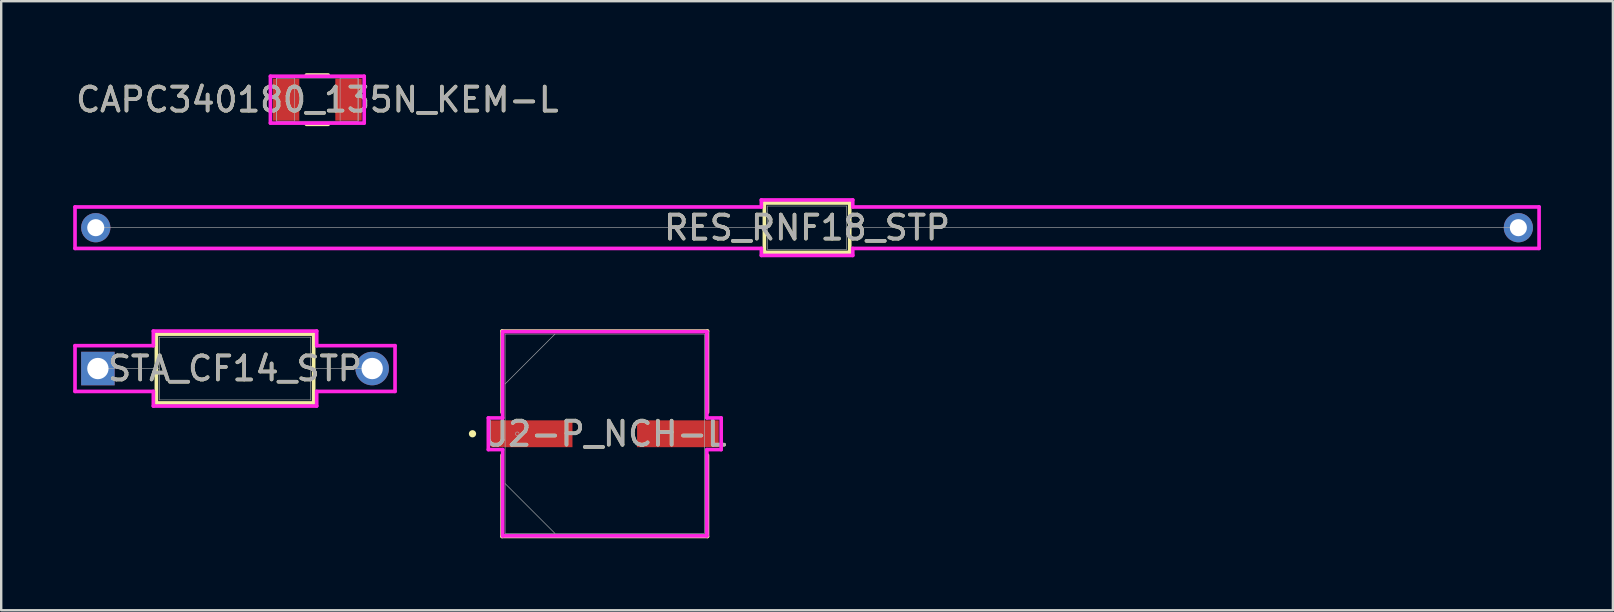
<source format=kicad_pcb>
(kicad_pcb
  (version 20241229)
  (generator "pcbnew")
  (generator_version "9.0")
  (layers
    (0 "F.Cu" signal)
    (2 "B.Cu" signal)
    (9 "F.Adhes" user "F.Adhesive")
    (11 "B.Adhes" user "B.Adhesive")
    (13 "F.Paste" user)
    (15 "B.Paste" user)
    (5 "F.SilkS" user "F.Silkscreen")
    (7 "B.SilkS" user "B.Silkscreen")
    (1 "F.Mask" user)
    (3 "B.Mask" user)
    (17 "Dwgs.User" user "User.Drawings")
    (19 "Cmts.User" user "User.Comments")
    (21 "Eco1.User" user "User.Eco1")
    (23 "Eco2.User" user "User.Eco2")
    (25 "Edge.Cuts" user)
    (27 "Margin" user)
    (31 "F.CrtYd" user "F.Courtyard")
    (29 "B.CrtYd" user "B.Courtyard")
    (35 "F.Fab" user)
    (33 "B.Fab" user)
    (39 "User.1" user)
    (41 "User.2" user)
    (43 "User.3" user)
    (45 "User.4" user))
  (footprint "U2-P_NCH-L"
    (layer "F.Cu")
    (at 22.152 15.026)
    (property "Reference" "U2-P_NCH-L" (at 0 0 0) (unlocked yes) (layer "F.SilkS") (effects (font (size 1 1) (thickness 0.15))))
    (attr smd)
    (fp_line (start -4.28 -4.28) (end -4.28 -0.892) (stroke (width 0.152) (type solid)) (layer "F.SilkS"))
    (fp_line (start -4.28 0.892) (end -4.28 4.28) (stroke (width 0.152) (type solid)) (layer "F.SilkS"))
    (fp_line (start -4.28 4.28) (end 4.28 4.28) (stroke (width 0.152) (type solid)) (layer "F.SilkS"))
    (fp_line (start 4.28 -4.28) (end -4.28 -4.28) (stroke (width 0.152) (type solid)) (layer "F.SilkS"))
    (fp_line (start 4.28 -0.892) (end 4.28 -4.28) (stroke (width 0.152) (type solid)) (layer "F.SilkS"))
    (fp_line (start 4.28 4.28) (end 4.28 0.892) (stroke (width 0.152) (type solid)) (layer "F.SilkS"))
    (fp_circle (center -5.512 0) (end -5.436 0) (stroke (width 0.152) (type solid)) (fill no) (layer "F.SilkS"))
    (fp_line (start -4.851 -0.66) (end -4.255 -0.66) (stroke (width 0.152) (type solid)) (layer "F.CrtYd"))
    (fp_line (start -4.851 0.66) (end -4.851 -0.66) (stroke (width 0.152) (type solid)) (layer "F.CrtYd"))
    (fp_line (start -4.255 -4.255) (end 4.255 -4.255) (stroke (width 0.152) (type solid)) (layer "F.CrtYd"))
    (fp_line (start -4.255 -0.66) (end -4.255 -4.255) (stroke (width 0.152) (type solid)) (layer "F.CrtYd"))
    (fp_line (start -4.255 0.66) (end -4.851 0.66) (stroke (width 0.152) (type solid)) (layer "F.CrtYd"))
    (fp_line (start -4.255 4.255) (end -4.255 0.66) (stroke (width 0.152) (type solid)) (layer "F.CrtYd"))
    (fp_line (start 4.255 -4.255) (end 4.255 -0.66) (stroke (width 0.152) (type solid)) (layer "F.CrtYd"))
    (fp_line (start 4.255 -0.66) (end 4.851 -0.66) (stroke (width 0.152) (type solid)) (layer "F.CrtYd"))
    (fp_line (start 4.255 0.66) (end 4.255 4.255) (stroke (width 0.152) (type solid)) (layer "F.CrtYd"))
    (fp_line (start 4.255 4.255) (end -4.255 4.255) (stroke (width 0.152) (type solid)) (layer "F.CrtYd"))
    (fp_line (start 4.851 -0.66) (end 4.851 0.66) (stroke (width 0.152) (type solid)) (layer "F.CrtYd"))
    (fp_line (start 4.851 0.66) (end 4.255 0.66) (stroke (width 0.152) (type solid)) (layer "F.CrtYd"))
    (fp_line (start -4.153 -4.153) (end -4.153 4.153) (stroke (width 0.025) (type solid)) (layer "F.Fab"))
    (fp_line (start -4.153 -2.076) (end -2.076 -4.153) (stroke (width 0.025) (type solid)) (layer "F.Fab"))
    (fp_line (start -4.153 2.076) (end -2.076 4.153) (stroke (width 0.025) (type solid)) (layer "F.Fab"))
    (fp_line (start -4.153 4.153) (end 4.153 4.153) (stroke (width 0.025) (type solid)) (layer "F.Fab"))
    (fp_line (start 4.153 -4.153) (end -4.153 -4.153) (stroke (width 0.025) (type solid)) (layer "F.Fab"))
    (fp_line (start 4.153 4.153) (end 4.153 -4.153) (stroke (width 0.025) (type solid)) (layer "F.Fab"))
    (fp_circle (center -3.645 0) (end -3.569 0) (stroke (width 0.025) (type solid)) (fill no) (layer "F.Fab"))
    (fp_text user "${REFERENCE}" (at 0 0 0) (unlocked yes) (layer "F.Fab") (effects (font (size 1 1) (thickness 0.15))))
    (pad "1" smd rect (at -3.048 0) (size 3.404 1.118) (layers "F.Cu" "F.Mask" "F.Paste"))
    (pad "2" smd rect (at 3.048 0) (size 3.404 1.118) (layers "F.Cu" "F.Mask" "F.Paste"))
    (zone (net_name "") (layer "F.Cu") (hatch full 0.508) (connect_pads) (min_thickness 0.254) (filled_areas_thickness no) (keepout (tracks not_allowed) (vias not_allowed) (pads allowed) (copperpour not_allowed) (footprints allowed)) (placement (enabled no)) (fill) (polygon (pts (xy 18.049 10.924) (xy 26.254 10.924) (xy 26.254 14.417) (xy 18.049 14.417))))
    (zone (net_name "") (layer "F.Cu") (hatch full 0.508) (connect_pads) (min_thickness 0.254) (filled_areas_thickness no) (keepout (tracks not_allowed) (vias not_allowed) (pads allowed) (copperpour not_allowed) (footprints allowed)) (placement (enabled no)) (fill) (polygon (pts (xy 18.049 15.636) (xy 26.254 15.636) (xy 26.254 19.128) (xy 18.049 19.128))))
    (zone (net_name "") (layer "F.Cu") (hatch full 0.508) (connect_pads) (min_thickness 0.254) (filled_areas_thickness no) (keepout (tracks not_allowed) (vias not_allowed) (pads allowed) (copperpour not_allowed) (footprints allowed)) (placement (enabled no)) (fill) (polygon (pts (xy 20.856 14.417) (xy 23.447 14.417) (xy 23.447 15.636) (xy 20.856 15.636)))))
  (footprint "STA_CF14_STP"
    (layer "F.Cu")
    (at 1.029 12.308)
    (property "Reference" "STA_CF14_STP" (at 5.715 0 0) (unlocked yes) (layer "F.SilkS") (effects (font (size 1 1) (thickness 0.15))))
    (attr through_hole)
    (fp_line (start 2.438 -1.435) (end 2.438 1.435) (stroke (width 0.152) (type solid)) (layer "F.SilkS"))
    (fp_line (start 2.438 1.435) (end 8.992 1.435) (stroke (width 0.152) (type solid)) (layer "F.SilkS"))
    (fp_line (start 8.992 -1.435) (end 2.438 -1.435) (stroke (width 0.152) (type solid)) (layer "F.SilkS"))
    (fp_line (start 8.992 1.435) (end 8.992 -1.435) (stroke (width 0.152) (type solid)) (layer "F.SilkS"))
    (fp_line (start -0.953 -0.953) (end 2.311 -0.953) (stroke (width 0.152) (type solid)) (layer "F.CrtYd"))
    (fp_line (start -0.953 0.953) (end -0.953 -0.953) (stroke (width 0.152) (type solid)) (layer "F.CrtYd"))
    (fp_line (start 2.311 -1.562) (end 9.119 -1.562) (stroke (width 0.152) (type solid)) (layer "F.CrtYd"))
    (fp_line (start 2.311 -0.953) (end 2.311 -1.562) (stroke (width 0.152) (type solid)) (layer "F.CrtYd"))
    (fp_line (start 2.311 0.953) (end -0.953 0.953) (stroke (width 0.152) (type solid)) (layer "F.CrtYd"))
    (fp_line (start 2.311 1.562) (end 2.311 0.953) (stroke (width 0.152) (type solid)) (layer "F.CrtYd"))
    (fp_line (start 9.119 -1.562) (end 9.119 -0.953) (stroke (width 0.152) (type solid)) (layer "F.CrtYd"))
    (fp_line (start 9.119 -0.953) (end 12.383 -0.953) (stroke (width 0.152) (type solid)) (layer "F.CrtYd"))
    (fp_line (start 9.119 0.953) (end 9.119 1.562) (stroke (width 0.152) (type solid)) (layer "F.CrtYd"))
    (fp_line (start 9.119 1.562) (end 2.311 1.562) (stroke (width 0.152) (type solid)) (layer "F.CrtYd"))
    (fp_line (start 12.383 -0.953) (end 12.383 0.953) (stroke (width 0.152) (type solid)) (layer "F.CrtYd"))
    (fp_line (start 12.383 0.953) (end 9.119 0.953) (stroke (width 0.152) (type solid)) (layer "F.CrtYd"))
    (fp_line (start 0 0) (end 2.565 0) (stroke (width 0.025) (type solid)) (layer "F.Fab"))
    (fp_line (start 2.565 -1.308) (end 2.565 1.308) (stroke (width 0.025) (type solid)) (layer "F.Fab"))
    (fp_line (start 2.565 1.308) (end 8.865 1.308) (stroke (width 0.025) (type solid)) (layer "F.Fab"))
    (fp_line (start 8.865 -1.308) (end 2.565 -1.308) (stroke (width 0.025) (type solid)) (layer "F.Fab"))
    (fp_line (start 8.865 1.308) (end 8.865 -1.308) (stroke (width 0.025) (type solid)) (layer "F.Fab"))
    (fp_line (start 11.43 0) (end 8.865 0) (stroke (width 0.025) (type solid)) (layer "F.Fab"))
    (fp_text user "${REFERENCE}" (at 5.715 0 0) (unlocked yes) (layer "F.Fab") (effects (font (size 1 1) (thickness 0.15))))
    (pad "1" thru_hole rect (at 0 0) (size 1.397 1.397) (drill 0.889) (layers "*.Cu" "*.Mask"))
    (pad "2" thru_hole circle (at 11.43 0) (size 1.397 1.397) (drill 0.889) (layers "*.Cu" "*.Mask")))
  (footprint "CAPC340180_135N_KEM-L"
    (layer "F.Cu")
    (at 10.173 1.103)
    (property "Reference" "CAPC340180_135N_KEM-L" (at 0 0 0) (unlocked yes) (layer "F.SilkS") (effects (font (size 1 1) (thickness 0.15))))
    (attr smd)
    (fp_line (start -0.454 1.027) (end 0.454 1.027) (stroke (width 0.152) (type solid)) (layer "F.SilkS"))
    (fp_line (start 0.454 -1.027) (end -0.454 -1.027) (stroke (width 0.152) (type solid)) (layer "F.SilkS"))
    (fp_line (start -1.954 -0.976) (end 1.954 -0.976) (stroke (width 0.152) (type solid)) (layer "F.CrtYd"))
    (fp_line (start -1.954 0.976) (end -1.954 -0.976) (stroke (width 0.152) (type solid)) (layer "F.CrtYd"))
    (fp_line (start 1.954 -0.976) (end 1.954 0.976) (stroke (width 0.152) (type solid)) (layer "F.CrtYd"))
    (fp_line (start 1.954 0.976) (end -1.954 0.976) (stroke (width 0.152) (type solid)) (layer "F.CrtYd"))
    (fp_line (start -1.7 -0.9) (end -1.7 0.9) (stroke (width 0.025) (type solid)) (layer "F.Fab"))
    (fp_line (start -1.7 -0.9) (end -1.7 0.9) (stroke (width 0.025) (type solid)) (layer "F.Fab"))
    (fp_line (start -1.7 0.9) (end -0.95 0.9) (stroke (width 0.025) (type solid)) (layer "F.Fab"))
    (fp_line (start -1.7 0.9) (end 1.7 0.9) (stroke (width 0.025) (type solid)) (layer "F.Fab"))
    (fp_line (start -0.95 -0.9) (end -1.7 -0.9) (stroke (width 0.025) (type solid)) (layer "F.Fab"))
    (fp_line (start -0.95 0.9) (end -0.95 -0.9) (stroke (width 0.025) (type solid)) (layer "F.Fab"))
    (fp_line (start 0.95 -0.9) (end 0.95 0.9) (stroke (width 0.025) (type solid)) (layer "F.Fab"))
    (fp_line (start 0.95 0.9) (end 1.7 0.9) (stroke (width 0.025) (type solid)) (layer "F.Fab"))
    (fp_line (start 1.7 -0.9) (end -1.7 -0.9) (stroke (width 0.025) (type solid)) (layer "F.Fab"))
    (fp_line (start 1.7 -0.9) (end 0.95 -0.9) (stroke (width 0.025) (type solid)) (layer "F.Fab"))
    (fp_line (start 1.7 0.9) (end 1.7 -0.9) (stroke (width 0.025) (type solid)) (layer "F.Fab"))
    (fp_line (start 1.7 0.9) (end 1.7 -0.9) (stroke (width 0.025) (type solid)) (layer "F.Fab"))
    (fp_text user "${REFERENCE}" (at 0 0 0) (unlocked yes) (layer "F.Fab") (effects (font (size 1 1) (thickness 0.15))))
    (pad "1" smd rect (at -1.301 0) (size 1.102 1.749) (layers "F.Cu" "F.Mask" "F.Paste"))
    (pad "2" smd rect (at 1.301 0) (size 1.102 1.749) (layers "F.Cu" "F.Mask" "F.Paste"))
    (zone (net_name "") (layer "F.Cu") (hatch full 0.508) (connect_pads) (min_thickness 0.254) (filled_areas_thickness no) (keepout (tracks not_allowed) (vias not_allowed) (pads allowed) (copperpour not_allowed) (footprints allowed)) (placement (enabled no)) (fill) (polygon (pts (xy 9.473 0.254) (xy 10.872 0.254) (xy 10.872 1.952) (xy 9.473 1.952)))))
  (footprint "RES_RNF18_STP"
    (layer "F.Cu")
    (at 0.94 6.438)
    (property "Reference" "RES_RNF18_STP" (at 29.642 0 0) (unlocked yes) (layer "F.SilkS") (effects (font (size 1 1) (thickness 0.15))))
    (attr through_hole)
    (fp_line (start 27.864 -1.029) (end 27.864 1.029) (stroke (width 0.152) (type solid)) (layer "F.SilkS"))
    (fp_line (start 27.864 1.029) (end 31.42 1.029) (stroke (width 0.152) (type solid)) (layer "F.SilkS"))
    (fp_line (start 31.42 -1.029) (end 27.864 -1.029) (stroke (width 0.152) (type solid)) (layer "F.SilkS"))
    (fp_line (start 31.42 1.029) (end 31.42 -1.029) (stroke (width 0.152) (type solid)) (layer "F.SilkS"))
    (fp_line (start -0.864 -0.864) (end 27.737 -0.864) (stroke (width 0.152) (type solid)) (layer "F.CrtYd"))
    (fp_line (start -0.864 0.864) (end -0.864 -0.864) (stroke (width 0.152) (type solid)) (layer "F.CrtYd"))
    (fp_line (start -0.864 0.864) (end 27.737 0.864) (stroke (width 0.152) (type solid)) (layer "F.CrtYd"))
    (fp_line (start 27.737 -1.156) (end 31.547 -1.156) (stroke (width 0.152) (type solid)) (layer "F.CrtYd"))
    (fp_line (start 27.737 -0.864) (end 27.737 -1.156) (stroke (width 0.152) (type solid)) (layer "F.CrtYd"))
    (fp_line (start 27.737 0.864) (end 27.737 1.156) (stroke (width 0.152) (type solid)) (layer "F.CrtYd"))
    (fp_line (start 27.737 1.156) (end 31.547 1.156) (stroke (width 0.152) (type solid)) (layer "F.CrtYd"))
    (fp_line (start 31.547 -1.156) (end 31.547 -0.864) (stroke (width 0.152) (type solid)) (layer "F.CrtYd"))
    (fp_line (start 31.547 -0.864) (end 60.147 -0.864) (stroke (width 0.152) (type solid)) (layer "F.CrtYd"))
    (fp_line (start 31.547 0.864) (end 60.147 0.864) (stroke (width 0.152) (type solid)) (layer "F.CrtYd"))
    (fp_line (start 31.547 1.156) (end 31.547 0.864) (stroke (width 0.152) (type solid)) (layer "F.CrtYd"))
    (fp_line (start 60.147 -0.864) (end 60.147 0.864) (stroke (width 0.152) (type solid)) (layer "F.CrtYd"))
    (fp_line (start 0 0) (end 27.991 0) (stroke (width 0.025) (type solid)) (layer "F.Fab"))
    (fp_line (start 27.991 -0.902) (end 27.991 0.902) (stroke (width 0.025) (type solid)) (layer "F.Fab"))
    (fp_line (start 27.991 0.902) (end 31.293 0.902) (stroke (width 0.025) (type solid)) (layer "F.Fab"))
    (fp_line (start 31.293 -0.902) (end 27.991 -0.902) (stroke (width 0.025) (type solid)) (layer "F.Fab"))
    (fp_line (start 31.293 0.902) (end 31.293 -0.902) (stroke (width 0.025) (type solid)) (layer "F.Fab"))
    (fp_line (start 59.284 0) (end 31.293 0) (stroke (width 0.025) (type solid)) (layer "F.Fab"))
    (fp_text user "${REFERENCE}" (at 29.642 0 0) (unlocked yes) (layer "F.Fab") (effects (font (size 1 1) (thickness 0.15))))
    (pad "1" thru_hole circle (at 0 0) (size 1.219 1.219) (drill 0.711) (layers "*.Cu" "*.Mask"))
    (pad "2" thru_hole circle (at 59.284 0) (size 1.219 1.219) (drill 0.711) (layers "*.Cu" "*.Mask")))
  (gr_rect
    (start -3 -3)
    (end 64.163 22.382)
    (stroke (width 0.1) (type default))
    (fill no)
    (layer "Edge.Cuts")))
</source>
